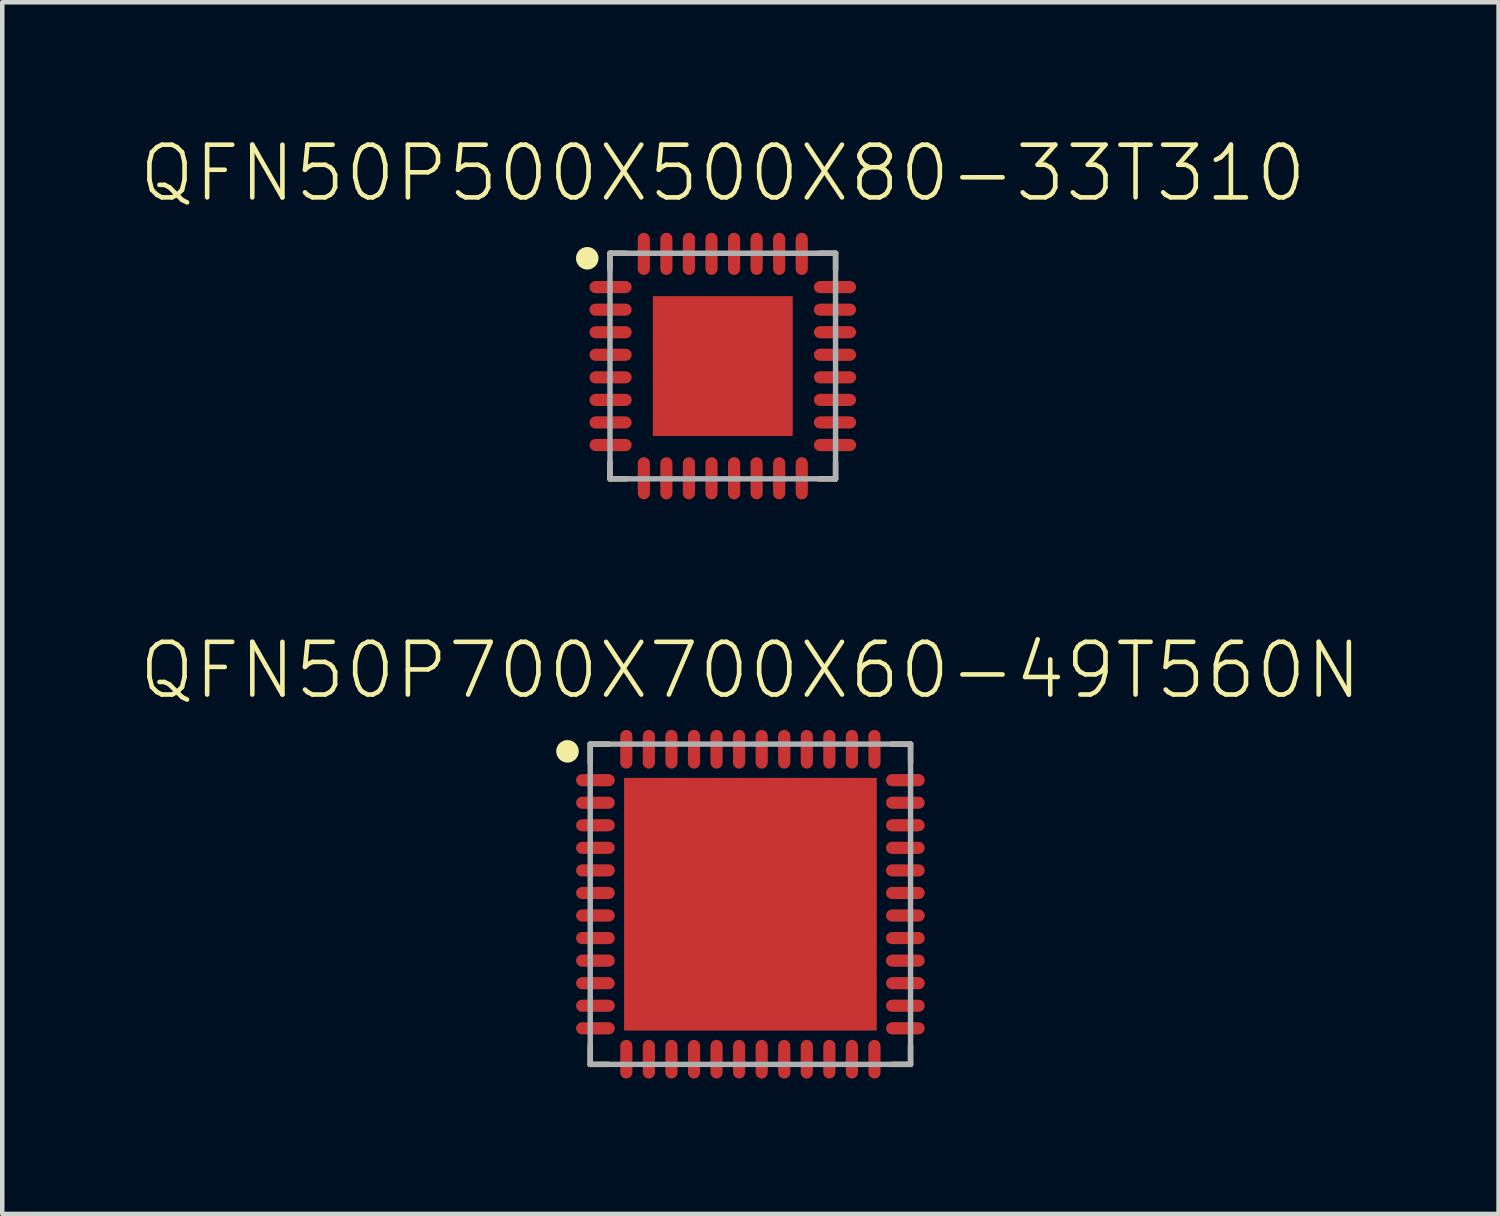
<source format=kicad_pcb>
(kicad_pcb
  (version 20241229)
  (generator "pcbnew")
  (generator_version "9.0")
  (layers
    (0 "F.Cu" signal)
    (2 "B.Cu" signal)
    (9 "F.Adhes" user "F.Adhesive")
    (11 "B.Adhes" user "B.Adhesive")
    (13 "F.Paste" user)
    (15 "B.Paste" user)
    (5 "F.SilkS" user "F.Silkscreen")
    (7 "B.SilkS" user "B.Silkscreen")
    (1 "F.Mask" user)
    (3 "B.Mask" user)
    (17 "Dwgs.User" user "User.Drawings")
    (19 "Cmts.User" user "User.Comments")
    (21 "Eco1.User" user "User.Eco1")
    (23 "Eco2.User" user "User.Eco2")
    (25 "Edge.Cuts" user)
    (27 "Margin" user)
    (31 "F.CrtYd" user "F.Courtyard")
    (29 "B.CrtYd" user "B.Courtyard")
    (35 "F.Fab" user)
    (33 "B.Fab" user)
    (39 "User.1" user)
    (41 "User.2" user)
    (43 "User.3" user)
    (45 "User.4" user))
  (footprint "QFN50P500X500X80-33T310"
    (layer "F.Cu")
    (at 12.971 5.064)
    (property "Reference" "QFN50P500X500X80-33T310" (at 0 -3.591 0) (unlocked yes) (layer "F.SilkS") (effects (font (size 1.168 1.168) (thickness 0.102)) (justify bottom)))
    (fp_line (start -2.5 -2.5) (end -2.139 -2.5) (stroke (width 0.12) (type solid)) (layer "F.SilkS"))
    (fp_line (start -2.5 -2.139) (end -2.5 -2.5) (stroke (width 0.12) (type solid)) (layer "F.SilkS"))
    (fp_line (start -2.5 2.139) (end -2.5 2.5) (stroke (width 0.12) (type solid)) (layer "F.SilkS"))
    (fp_line (start -2.5 2.5) (end -2.139 2.5) (stroke (width 0.12) (type solid)) (layer "F.SilkS"))
    (fp_line (start 2.5 -2.5) (end 2.139 -2.5) (stroke (width 0.12) (type solid)) (layer "F.SilkS"))
    (fp_line (start 2.5 -2.139) (end 2.5 -2.5) (stroke (width 0.12) (type solid)) (layer "F.SilkS"))
    (fp_line (start 2.5 2.139) (end 2.5 2.5) (stroke (width 0.12) (type solid)) (layer "F.SilkS"))
    (fp_line (start 2.5 2.5) (end 2.139 2.5) (stroke (width 0.12) (type solid)) (layer "F.SilkS"))
    (fp_circle (center -3.004 -2.389) (end -2.879 -2.389) (stroke (width 0.25) (type solid)) (fill yes) (layer "F.SilkS"))
    (fp_line (start -2.5 -2.5) (end 2.5 -2.5) (stroke (width 0.12) (type solid)) (layer "F.Fab"))
    (fp_line (start -2.5 2.5) (end -2.5 -2.5) (stroke (width 0.12) (type solid)) (layer "F.Fab"))
    (fp_line (start 2.5 -2.5) (end 2.5 2.5) (stroke (width 0.12) (type solid)) (layer "F.Fab"))
    (fp_line (start 2.5 2.5) (end -2.5 2.5) (stroke (width 0.12) (type solid)) (layer "F.Fab"))
    (pad "1" smd roundrect (at -2.487 -1.75) (size 0.937 0.27) (layers "F.Cu" "F.Mask" "F.Paste") (roundrect_rratio 0.5))
    (pad "2" smd roundrect (at -2.487 -1.25) (size 0.937 0.27) (layers "F.Cu" "F.Mask" "F.Paste") (roundrect_rratio 0.5))
    (pad "3" smd roundrect (at -2.487 -0.75) (size 0.937 0.27) (layers "F.Cu" "F.Mask" "F.Paste") (roundrect_rratio 0.5))
    (pad "4" smd roundrect (at -2.487 -0.25) (size 0.937 0.27) (layers "F.Cu" "F.Mask" "F.Paste") (roundrect_rratio 0.5))
    (pad "5" smd roundrect (at -2.487 0.25) (size 0.937 0.27) (layers "F.Cu" "F.Mask" "F.Paste") (roundrect_rratio 0.5))
    (pad "6" smd roundrect (at -2.487 0.75) (size 0.937 0.27) (layers "F.Cu" "F.Mask" "F.Paste") (roundrect_rratio 0.5))
    (pad "7" smd roundrect (at -2.487 1.25) (size 0.937 0.27) (layers "F.Cu" "F.Mask" "F.Paste") (roundrect_rratio 0.5))
    (pad "8" smd roundrect (at -2.487 1.75) (size 0.937 0.27) (layers "F.Cu" "F.Mask" "F.Paste") (roundrect_rratio 0.5))
    (pad "9" smd roundrect (at -1.75 2.487 90) (size 0.937 0.27) (layers "F.Cu" "F.Mask" "F.Paste") (roundrect_rratio 0.5))
    (pad "10" smd roundrect (at -1.25 2.487 90) (size 0.937 0.27) (layers "F.Cu" "F.Mask" "F.Paste") (roundrect_rratio 0.5))
    (pad "11" smd roundrect (at -0.75 2.487 90) (size 0.937 0.27) (layers "F.Cu" "F.Mask" "F.Paste") (roundrect_rratio 0.5))
    (pad "12" smd roundrect (at -0.25 2.487 90) (size 0.937 0.27) (layers "F.Cu" "F.Mask" "F.Paste") (roundrect_rratio 0.5))
    (pad "13" smd roundrect (at 0.25 2.487 90) (size 0.937 0.27) (layers "F.Cu" "F.Mask" "F.Paste") (roundrect_rratio 0.5))
    (pad "14" smd roundrect (at 0.75 2.487 90) (size 0.937 0.27) (layers "F.Cu" "F.Mask" "F.Paste") (roundrect_rratio 0.5))
    (pad "15" smd roundrect (at 1.25 2.487 90) (size 0.937 0.27) (layers "F.Cu" "F.Mask" "F.Paste") (roundrect_rratio 0.5))
    (pad "16" smd roundrect (at 1.75 2.487 90) (size 0.937 0.27) (layers "F.Cu" "F.Mask" "F.Paste") (roundrect_rratio 0.5))
    (pad "17" smd roundrect (at 2.487 1.75) (size 0.937 0.27) (layers "F.Cu" "F.Mask" "F.Paste") (roundrect_rratio 0.5))
    (pad "18" smd roundrect (at 2.487 1.25) (size 0.937 0.27) (layers "F.Cu" "F.Mask" "F.Paste") (roundrect_rratio 0.5))
    (pad "19" smd roundrect (at 2.487 0.75) (size 0.937 0.27) (layers "F.Cu" "F.Mask" "F.Paste") (roundrect_rratio 0.5))
    (pad "20" smd roundrect (at 2.487 0.25) (size 0.937 0.27) (layers "F.Cu" "F.Mask" "F.Paste") (roundrect_rratio 0.5))
    (pad "21" smd roundrect (at 2.487 -0.25) (size 0.937 0.27) (layers "F.Cu" "F.Mask" "F.Paste") (roundrect_rratio 0.5))
    (pad "22" smd roundrect (at 2.487 -0.75) (size 0.937 0.27) (layers "F.Cu" "F.Mask" "F.Paste") (roundrect_rratio 0.5))
    (pad "23" smd roundrect (at 2.487 -1.25) (size 0.937 0.27) (layers "F.Cu" "F.Mask" "F.Paste") (roundrect_rratio 0.5))
    (pad "24" smd roundrect (at 2.487 -1.75) (size 0.937 0.27) (layers "F.Cu" "F.Mask" "F.Paste") (roundrect_rratio 0.5))
    (pad "25" smd roundrect (at 1.75 -2.487 90) (size 0.937 0.27) (layers "F.Cu" "F.Mask" "F.Paste") (roundrect_rratio 0.5))
    (pad "26" smd roundrect (at 1.25 -2.487 90) (size 0.937 0.27) (layers "F.Cu" "F.Mask" "F.Paste") (roundrect_rratio 0.5))
    (pad "27" smd roundrect (at 0.75 -2.487 90) (size 0.937 0.27) (layers "F.Cu" "F.Mask" "F.Paste") (roundrect_rratio 0.5))
    (pad "28" smd roundrect (at 0.25 -2.487 90) (size 0.937 0.27) (layers "F.Cu" "F.Mask" "F.Paste") (roundrect_rratio 0.5))
    (pad "29" smd roundrect (at -0.25 -2.487 90) (size 0.937 0.27) (layers "F.Cu" "F.Mask" "F.Paste") (roundrect_rratio 0.5))
    (pad "30" smd roundrect (at -0.75 -2.487 90) (size 0.937 0.27) (layers "F.Cu" "F.Mask" "F.Paste") (roundrect_rratio 0.5))
    (pad "31" smd roundrect (at -1.25 -2.487 90) (size 0.937 0.27) (layers "F.Cu" "F.Mask" "F.Paste") (roundrect_rratio 0.5))
    (pad "32" smd roundrect (at -1.75 -2.487 90) (size 0.937 0.27) (layers "F.Cu" "F.Mask" "F.Paste") (roundrect_rratio 0.5))
    (pad "33" smd rect (at 0 0) (size 3.1 3.1) (layers "F.Cu" "F.Mask" "F.Paste")))
  (footprint "QFN50P700X700X60-49T560N"
    (layer "F.Cu")
    (at 13.583 16.993)
    (property "Reference" "QFN50P700X700X60-49T560N" (at 0 -4.5 0) (unlocked yes) (layer "F.SilkS") (effects (font (size 1.168 1.168) (thickness 0.102)) (justify bottom)))
    (fp_line (start -3.55 -3.55) (end -3.139 -3.55) (stroke (width 0.12) (type solid)) (layer "F.SilkS"))
    (fp_line (start -3.55 -3.139) (end -3.55 -3.55) (stroke (width 0.12) (type solid)) (layer "F.SilkS"))
    (fp_line (start -3.55 3.139) (end -3.55 3.55) (stroke (width 0.12) (type solid)) (layer "F.SilkS"))
    (fp_line (start -3.55 3.55) (end -3.139 3.55) (stroke (width 0.12) (type solid)) (layer "F.SilkS"))
    (fp_line (start 3.55 -3.55) (end 3.139 -3.55) (stroke (width 0.12) (type solid)) (layer "F.SilkS"))
    (fp_line (start 3.55 -3.139) (end 3.55 -3.55) (stroke (width 0.12) (type solid)) (layer "F.SilkS"))
    (fp_line (start 3.55 3.139) (end 3.55 3.55) (stroke (width 0.12) (type solid)) (layer "F.SilkS"))
    (fp_line (start 3.55 3.55) (end 3.139 3.55) (stroke (width 0.12) (type solid)) (layer "F.SilkS"))
    (fp_circle (center -4.054 -3.389) (end -3.929 -3.389) (stroke (width 0.25) (type solid)) (fill yes) (layer "F.SilkS"))
    (fp_line (start -3.55 -3.55) (end 3.55 -3.55) (stroke (width 0.12) (type solid)) (layer "F.Fab"))
    (fp_line (start -3.55 3.55) (end -3.55 -3.55) (stroke (width 0.12) (type solid)) (layer "F.Fab"))
    (fp_line (start 3.55 -3.55) (end 3.55 3.55) (stroke (width 0.12) (type solid)) (layer "F.Fab"))
    (fp_line (start 3.55 3.55) (end -3.55 3.55) (stroke (width 0.12) (type solid)) (layer "F.Fab"))
    (pad "1" smd roundrect (at -3.435 -2.75) (size 0.86 0.27) (layers "F.Cu" "F.Mask" "F.Paste") (roundrect_rratio 0.5))
    (pad "2" smd roundrect (at -3.435 -2.25) (size 0.86 0.27) (layers "F.Cu" "F.Mask" "F.Paste") (roundrect_rratio 0.5))
    (pad "3" smd roundrect (at -3.435 -1.75) (size 0.86 0.27) (layers "F.Cu" "F.Mask" "F.Paste") (roundrect_rratio 0.5))
    (pad "4" smd roundrect (at -3.435 -1.25) (size 0.86 0.27) (layers "F.Cu" "F.Mask" "F.Paste") (roundrect_rratio 0.5))
    (pad "5" smd roundrect (at -3.435 -0.75) (size 0.86 0.27) (layers "F.Cu" "F.Mask" "F.Paste") (roundrect_rratio 0.5))
    (pad "6" smd roundrect (at -3.435 -0.25) (size 0.86 0.27) (layers "F.Cu" "F.Mask" "F.Paste") (roundrect_rratio 0.5))
    (pad "7" smd roundrect (at -3.435 0.25) (size 0.86 0.27) (layers "F.Cu" "F.Mask" "F.Paste") (roundrect_rratio 0.5))
    (pad "8" smd roundrect (at -3.435 0.75) (size 0.86 0.27) (layers "F.Cu" "F.Mask" "F.Paste") (roundrect_rratio 0.5))
    (pad "9" smd roundrect (at -3.435 1.25) (size 0.86 0.27) (layers "F.Cu" "F.Mask" "F.Paste") (roundrect_rratio 0.5))
    (pad "10" smd roundrect (at -3.435 1.75) (size 0.86 0.27) (layers "F.Cu" "F.Mask" "F.Paste") (roundrect_rratio 0.5))
    (pad "11" smd roundrect (at -3.435 2.25) (size 0.86 0.27) (layers "F.Cu" "F.Mask" "F.Paste") (roundrect_rratio 0.5))
    (pad "12" smd roundrect (at -3.435 2.75) (size 0.86 0.27) (layers "F.Cu" "F.Mask" "F.Paste") (roundrect_rratio 0.5))
    (pad "13" smd roundrect (at -2.75 3.435 90) (size 0.86 0.27) (layers "F.Cu" "F.Mask" "F.Paste") (roundrect_rratio 0.5))
    (pad "14" smd roundrect (at -2.25 3.435 90) (size 0.86 0.27) (layers "F.Cu" "F.Mask" "F.Paste") (roundrect_rratio 0.5))
    (pad "15" smd roundrect (at -1.75 3.435 90) (size 0.86 0.27) (layers "F.Cu" "F.Mask" "F.Paste") (roundrect_rratio 0.5))
    (pad "16" smd roundrect (at -1.25 3.435 90) (size 0.86 0.27) (layers "F.Cu" "F.Mask" "F.Paste") (roundrect_rratio 0.5))
    (pad "17" smd roundrect (at -0.75 3.435 90) (size 0.86 0.27) (layers "F.Cu" "F.Mask" "F.Paste") (roundrect_rratio 0.5))
    (pad "18" smd roundrect (at -0.25 3.435 90) (size 0.86 0.27) (layers "F.Cu" "F.Mask" "F.Paste") (roundrect_rratio 0.5))
    (pad "19" smd roundrect (at 0.25 3.435 90) (size 0.86 0.27) (layers "F.Cu" "F.Mask" "F.Paste") (roundrect_rratio 0.5))
    (pad "20" smd roundrect (at 0.75 3.435 90) (size 0.86 0.27) (layers "F.Cu" "F.Mask" "F.Paste") (roundrect_rratio 0.5))
    (pad "21" smd roundrect (at 1.25 3.435 90) (size 0.86 0.27) (layers "F.Cu" "F.Mask" "F.Paste") (roundrect_rratio 0.5))
    (pad "22" smd roundrect (at 1.75 3.435 90) (size 0.86 0.27) (layers "F.Cu" "F.Mask" "F.Paste") (roundrect_rratio 0.5))
    (pad "23" smd roundrect (at 2.25 3.435 90) (size 0.86 0.27) (layers "F.Cu" "F.Mask" "F.Paste") (roundrect_rratio 0.5))
    (pad "24" smd roundrect (at 2.75 3.435 90) (size 0.86 0.27) (layers "F.Cu" "F.Mask" "F.Paste") (roundrect_rratio 0.5))
    (pad "25" smd roundrect (at 3.435 2.75) (size 0.86 0.27) (layers "F.Cu" "F.Mask" "F.Paste") (roundrect_rratio 0.5))
    (pad "26" smd roundrect (at 3.435 2.25) (size 0.86 0.27) (layers "F.Cu" "F.Mask" "F.Paste") (roundrect_rratio 0.5))
    (pad "27" smd roundrect (at 3.435 1.75) (size 0.86 0.27) (layers "F.Cu" "F.Mask" "F.Paste") (roundrect_rratio 0.5))
    (pad "28" smd roundrect (at 3.435 1.25) (size 0.86 0.27) (layers "F.Cu" "F.Mask" "F.Paste") (roundrect_rratio 0.5))
    (pad "29" smd roundrect (at 3.435 0.75) (size 0.86 0.27) (layers "F.Cu" "F.Mask" "F.Paste") (roundrect_rratio 0.5))
    (pad "30" smd roundrect (at 3.435 0.25) (size 0.86 0.27) (layers "F.Cu" "F.Mask" "F.Paste") (roundrect_rratio 0.5))
    (pad "31" smd roundrect (at 3.435 -0.25) (size 0.86 0.27) (layers "F.Cu" "F.Mask" "F.Paste") (roundrect_rratio 0.5))
    (pad "32" smd roundrect (at 3.435 -0.75) (size 0.86 0.27) (layers "F.Cu" "F.Mask" "F.Paste") (roundrect_rratio 0.5))
    (pad "33" smd roundrect (at 3.435 -1.25) (size 0.86 0.27) (layers "F.Cu" "F.Mask" "F.Paste") (roundrect_rratio 0.5))
    (pad "34" smd roundrect (at 3.435 -1.75) (size 0.86 0.27) (layers "F.Cu" "F.Mask" "F.Paste") (roundrect_rratio 0.5))
    (pad "35" smd roundrect (at 3.435 -2.25) (size 0.86 0.27) (layers "F.Cu" "F.Mask" "F.Paste") (roundrect_rratio 0.5))
    (pad "36" smd roundrect (at 3.435 -2.75) (size 0.86 0.27) (layers "F.Cu" "F.Mask" "F.Paste") (roundrect_rratio 0.5))
    (pad "37" smd roundrect (at 2.75 -3.435 90) (size 0.86 0.27) (layers "F.Cu" "F.Mask" "F.Paste") (roundrect_rratio 0.5))
    (pad "38" smd roundrect (at 2.25 -3.435 90) (size 0.86 0.27) (layers "F.Cu" "F.Mask" "F.Paste") (roundrect_rratio 0.5))
    (pad "39" smd roundrect (at 1.75 -3.435 90) (size 0.86 0.27) (layers "F.Cu" "F.Mask" "F.Paste") (roundrect_rratio 0.5))
    (pad "40" smd roundrect (at 1.25 -3.435 90) (size 0.86 0.27) (layers "F.Cu" "F.Mask" "F.Paste") (roundrect_rratio 0.5))
    (pad "41" smd roundrect (at 0.75 -3.435 90) (size 0.86 0.27) (layers "F.Cu" "F.Mask" "F.Paste") (roundrect_rratio 0.5))
    (pad "42" smd roundrect (at 0.25 -3.435 90) (size 0.86 0.27) (layers "F.Cu" "F.Mask" "F.Paste") (roundrect_rratio 0.5))
    (pad "43" smd roundrect (at -0.25 -3.435 90) (size 0.86 0.27) (layers "F.Cu" "F.Mask" "F.Paste") (roundrect_rratio 0.5))
    (pad "44" smd roundrect (at -0.75 -3.435 90) (size 0.86 0.27) (layers "F.Cu" "F.Mask" "F.Paste") (roundrect_rratio 0.5))
    (pad "45" smd roundrect (at -1.25 -3.435 90) (size 0.86 0.27) (layers "F.Cu" "F.Mask" "F.Paste") (roundrect_rratio 0.5))
    (pad "46" smd roundrect (at -1.75 -3.435 90) (size 0.86 0.27) (layers "F.Cu" "F.Mask" "F.Paste") (roundrect_rratio 0.5))
    (pad "47" smd roundrect (at -2.25 -3.435 90) (size 0.86 0.27) (layers "F.Cu" "F.Mask" "F.Paste") (roundrect_rratio 0.5))
    (pad "48" smd roundrect (at -2.75 -3.435 90) (size 0.86 0.27) (layers "F.Cu" "F.Mask" "F.Paste") (roundrect_rratio 0.5))
    (pad "49" smd rect (at 0 0) (size 5.6 5.6) (layers "F.Cu" "F.Mask" "F.Paste")))
  (gr_rect
    (start -3 -3)
    (end 30.167 23.857)
    (stroke (width 0.1) (type default))
    (fill no)
    (layer "Edge.Cuts")))
</source>
